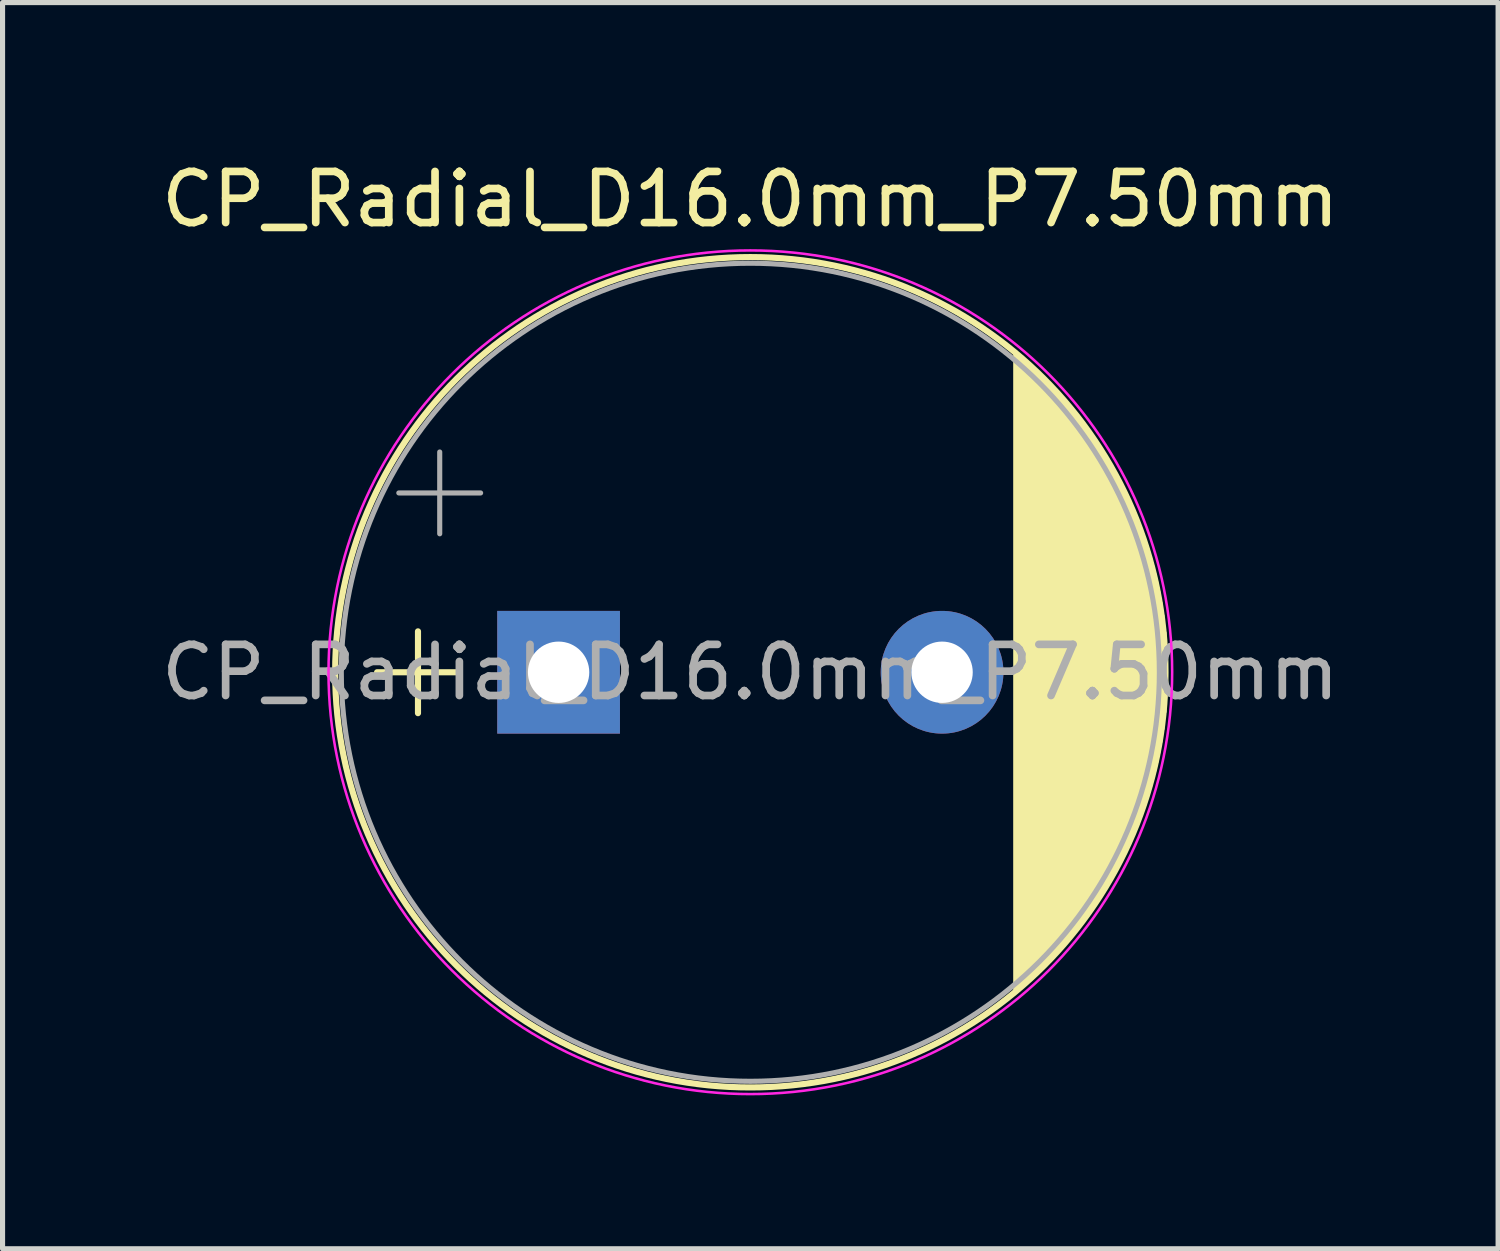
<source format=kicad_pcb>
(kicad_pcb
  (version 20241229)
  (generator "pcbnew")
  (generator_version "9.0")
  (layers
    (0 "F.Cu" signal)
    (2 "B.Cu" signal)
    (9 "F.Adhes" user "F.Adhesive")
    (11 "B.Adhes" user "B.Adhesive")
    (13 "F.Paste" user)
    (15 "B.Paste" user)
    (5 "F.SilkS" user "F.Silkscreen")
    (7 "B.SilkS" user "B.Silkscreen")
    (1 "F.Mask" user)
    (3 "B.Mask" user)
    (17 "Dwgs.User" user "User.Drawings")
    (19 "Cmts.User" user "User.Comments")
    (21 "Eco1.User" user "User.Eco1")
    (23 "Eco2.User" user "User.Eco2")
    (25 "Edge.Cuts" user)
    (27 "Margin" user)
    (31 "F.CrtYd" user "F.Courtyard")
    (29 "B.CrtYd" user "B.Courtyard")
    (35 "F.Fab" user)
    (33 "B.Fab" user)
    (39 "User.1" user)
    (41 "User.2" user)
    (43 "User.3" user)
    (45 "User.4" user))
  (footprint "CP_Radial_D16.0mm_P7.50mm"
    (layer "F.Cu")
    (at 7.875 10.098)
    (property "Reference" "CP_Radial_D16.0mm_P7.50mm" (at 3.75 -9.25 0) (layer "F.SilkS") (effects (font (size 1 1) (thickness 0.15))))
    (attr through_hole)
    (fp_line (start -3.55 0) (end -1.95 0) (stroke (width 0.12) (type solid)) (layer "F.SilkS"))
    (fp_line (start -2.75 -0.8) (end -2.75 0.8) (stroke (width 0.12) (type solid)) (layer "F.SilkS"))
    (fp_line (start 8.951 -6.197) (end 8.951 6.197) (stroke (width 0.12) (type solid)) (layer "F.SilkS"))
    (fp_line (start 8.991 -6.163) (end 8.991 6.163) (stroke (width 0.12) (type solid)) (layer "F.SilkS"))
    (fp_line (start 9.031 -6.129) (end 9.031 6.129) (stroke (width 0.12) (type solid)) (layer "F.SilkS"))
    (fp_line (start 9.071 -6.095) (end 9.071 6.095) (stroke (width 0.12) (type solid)) (layer "F.SilkS"))
    (fp_line (start 9.111 -6.06) (end 9.111 6.06) (stroke (width 0.12) (type solid)) (layer "F.SilkS"))
    (fp_line (start 9.151 -6.025) (end 9.151 6.025) (stroke (width 0.12) (type solid)) (layer "F.SilkS"))
    (fp_line (start 9.191 -5.989) (end 9.191 5.989) (stroke (width 0.12) (type solid)) (layer "F.SilkS"))
    (fp_line (start 9.231 -5.952) (end 9.231 5.952) (stroke (width 0.12) (type solid)) (layer "F.SilkS"))
    (fp_line (start 9.271 -5.916) (end 9.271 5.916) (stroke (width 0.12) (type solid)) (layer "F.SilkS"))
    (fp_line (start 9.311 -5.878) (end 9.311 5.878) (stroke (width 0.12) (type solid)) (layer "F.SilkS"))
    (fp_line (start 9.351 -5.84) (end 9.351 5.84) (stroke (width 0.12) (type solid)) (layer "F.SilkS"))
    (fp_line (start 9.391 -5.802) (end 9.391 5.802) (stroke (width 0.12) (type solid)) (layer "F.SilkS"))
    (fp_line (start 9.431 -5.763) (end 9.431 5.763) (stroke (width 0.12) (type solid)) (layer "F.SilkS"))
    (fp_line (start 9.471 -5.724) (end 9.471 5.724) (stroke (width 0.12) (type solid)) (layer "F.SilkS"))
    (fp_line (start 9.511 -5.684) (end 9.511 5.684) (stroke (width 0.12) (type solid)) (layer "F.SilkS"))
    (fp_line (start 9.551 -5.643) (end 9.551 5.643) (stroke (width 0.12) (type solid)) (layer "F.SilkS"))
    (fp_line (start 9.591 -5.602) (end 9.591 5.602) (stroke (width 0.12) (type solid)) (layer "F.SilkS"))
    (fp_line (start 9.631 -5.56) (end 9.631 5.56) (stroke (width 0.12) (type solid)) (layer "F.SilkS"))
    (fp_line (start 9.671 -5.518) (end 9.671 5.518) (stroke (width 0.12) (type solid)) (layer "F.SilkS"))
    (fp_line (start 9.711 -5.475) (end 9.711 5.475) (stroke (width 0.12) (type solid)) (layer "F.SilkS"))
    (fp_line (start 9.751 -5.432) (end 9.751 5.432) (stroke (width 0.12) (type solid)) (layer "F.SilkS"))
    (fp_line (start 9.791 -5.388) (end 9.791 5.388) (stroke (width 0.12) (type solid)) (layer "F.SilkS"))
    (fp_line (start 9.831 -5.343) (end 9.831 5.343) (stroke (width 0.12) (type solid)) (layer "F.SilkS"))
    (fp_line (start 9.871 -5.297) (end 9.871 5.297) (stroke (width 0.12) (type solid)) (layer "F.SilkS"))
    (fp_line (start 9.911 -5.251) (end 9.911 5.251) (stroke (width 0.12) (type solid)) (layer "F.SilkS"))
    (fp_line (start 9.951 -5.204) (end 9.951 5.204) (stroke (width 0.12) (type solid)) (layer "F.SilkS"))
    (fp_line (start 9.991 -5.156) (end 9.991 5.156) (stroke (width 0.12) (type solid)) (layer "F.SilkS"))
    (fp_line (start 10.031 -5.108) (end 10.031 5.108) (stroke (width 0.12) (type solid)) (layer "F.SilkS"))
    (fp_line (start 10.071 -5.059) (end 10.071 5.059) (stroke (width 0.12) (type solid)) (layer "F.SilkS"))
    (fp_line (start 10.111 -5.009) (end 10.111 5.009) (stroke (width 0.12) (type solid)) (layer "F.SilkS"))
    (fp_line (start 10.151 -4.958) (end 10.151 4.958) (stroke (width 0.12) (type solid)) (layer "F.SilkS"))
    (fp_line (start 10.191 -4.906) (end 10.191 4.906) (stroke (width 0.12) (type solid)) (layer "F.SilkS"))
    (fp_line (start 10.231 -4.854) (end 10.231 4.854) (stroke (width 0.12) (type solid)) (layer "F.SilkS"))
    (fp_line (start 10.271 -4.8) (end 10.271 4.8) (stroke (width 0.12) (type solid)) (layer "F.SilkS"))
    (fp_line (start 10.311 -4.746) (end 10.311 4.746) (stroke (width 0.12) (type solid)) (layer "F.SilkS"))
    (fp_line (start 10.351 -4.691) (end 10.351 4.691) (stroke (width 0.12) (type solid)) (layer "F.SilkS"))
    (fp_line (start 10.391 -4.634) (end 10.391 4.634) (stroke (width 0.12) (type solid)) (layer "F.SilkS"))
    (fp_line (start 10.431 -4.577) (end 10.431 4.577) (stroke (width 0.12) (type solid)) (layer "F.SilkS"))
    (fp_line (start 10.471 -4.519) (end 10.471 4.519) (stroke (width 0.12) (type solid)) (layer "F.SilkS"))
    (fp_line (start 10.511 -4.459) (end 10.511 4.459) (stroke (width 0.12) (type solid)) (layer "F.SilkS"))
    (fp_line (start 10.551 -4.398) (end 10.551 4.398) (stroke (width 0.12) (type solid)) (layer "F.SilkS"))
    (fp_line (start 10.591 -4.336) (end 10.591 4.336) (stroke (width 0.12) (type solid)) (layer "F.SilkS"))
    (fp_line (start 10.631 -4.273) (end 10.631 4.273) (stroke (width 0.12) (type solid)) (layer "F.SilkS"))
    (fp_line (start 10.671 -4.209) (end 10.671 4.209) (stroke (width 0.12) (type solid)) (layer "F.SilkS"))
    (fp_line (start 10.711 -4.143) (end 10.711 4.143) (stroke (width 0.12) (type solid)) (layer "F.SilkS"))
    (fp_line (start 10.751 -4.076) (end 10.751 4.076) (stroke (width 0.12) (type solid)) (layer "F.SilkS"))
    (fp_line (start 10.791 -4.007) (end 10.791 4.007) (stroke (width 0.12) (type solid)) (layer "F.SilkS"))
    (fp_line (start 10.831 -3.936) (end 10.831 3.936) (stroke (width 0.12) (type solid)) (layer "F.SilkS"))
    (fp_line (start 10.871 -3.864) (end 10.871 3.864) (stroke (width 0.12) (type solid)) (layer "F.SilkS"))
    (fp_line (start 10.911 -3.79) (end 10.911 3.79) (stroke (width 0.12) (type solid)) (layer "F.SilkS"))
    (fp_line (start 10.951 -3.715) (end 10.951 3.715) (stroke (width 0.12) (type solid)) (layer "F.SilkS"))
    (fp_line (start 10.991 -3.637) (end 10.991 3.637) (stroke (width 0.12) (type solid)) (layer "F.SilkS"))
    (fp_line (start 11.031 -3.557) (end 11.031 3.557) (stroke (width 0.12) (type solid)) (layer "F.SilkS"))
    (fp_line (start 11.071 -3.475) (end 11.071 3.475) (stroke (width 0.12) (type solid)) (layer "F.SilkS"))
    (fp_line (start 11.111 -3.39) (end 11.111 3.39) (stroke (width 0.12) (type solid)) (layer "F.SilkS"))
    (fp_line (start 11.151 -3.303) (end 11.151 3.303) (stroke (width 0.12) (type solid)) (layer "F.SilkS"))
    (fp_line (start 11.191 -3.213) (end 11.191 3.213) (stroke (width 0.12) (type solid)) (layer "F.SilkS"))
    (fp_line (start 11.231 -3.12) (end 11.231 3.12) (stroke (width 0.12) (type solid)) (layer "F.SilkS"))
    (fp_line (start 11.271 -3.024) (end 11.271 3.024) (stroke (width 0.12) (type solid)) (layer "F.SilkS"))
    (fp_line (start 11.311 -2.924) (end 11.311 2.924) (stroke (width 0.12) (type solid)) (layer "F.SilkS"))
    (fp_line (start 11.351 -2.82) (end 11.351 2.82) (stroke (width 0.12) (type solid)) (layer "F.SilkS"))
    (fp_line (start 11.391 -2.711) (end 11.391 2.711) (stroke (width 0.12) (type solid)) (layer "F.SilkS"))
    (fp_line (start 11.431 -2.597) (end 11.431 2.597) (stroke (width 0.12) (type solid)) (layer "F.SilkS"))
    (fp_line (start 11.471 -2.478) (end 11.471 2.478) (stroke (width 0.12) (type solid)) (layer "F.SilkS"))
    (fp_line (start 11.511 -2.351) (end 11.511 2.351) (stroke (width 0.12) (type solid)) (layer "F.SilkS"))
    (fp_line (start 11.551 -2.218) (end 11.551 2.218) (stroke (width 0.12) (type solid)) (layer "F.SilkS"))
    (fp_line (start 11.591 -2.074) (end 11.591 2.074) (stroke (width 0.12) (type solid)) (layer "F.SilkS"))
    (fp_line (start 11.631 -1.92) (end 11.631 1.92) (stroke (width 0.12) (type solid)) (layer "F.SilkS"))
    (fp_line (start 11.671 -1.752) (end 11.671 1.752) (stroke (width 0.12) (type solid)) (layer "F.SilkS"))
    (fp_line (start 11.711 -1.564) (end 11.711 1.564) (stroke (width 0.12) (type solid)) (layer "F.SilkS"))
    (fp_line (start 11.751 -1.351) (end 11.751 1.351) (stroke (width 0.12) (type solid)) (layer "F.SilkS"))
    (fp_line (start 11.791 -1.098) (end 11.791 1.098) (stroke (width 0.12) (type solid)) (layer "F.SilkS"))
    (fp_line (start 11.831 -0.765) (end 11.831 0.765) (stroke (width 0.12) (type solid)) (layer "F.SilkS"))
    (fp_circle (center 3.75 0) (end 11.87 0) (stroke (width 0.12) (type solid)) (fill no) (layer "F.SilkS"))
    (fp_circle (center 3.75 0) (end 12 0) (stroke (width 0.05) (type solid)) (fill no) (layer "F.CrtYd"))
    (fp_line (start -3.125 -3.507) (end -1.525 -3.507) (stroke (width 0.1) (type solid)) (layer "F.Fab"))
    (fp_line (start -2.325 -4.308) (end -2.325 -2.708) (stroke (width 0.1) (type solid)) (layer "F.Fab"))
    (fp_circle (center 3.75 0) (end 11.75 0) (stroke (width 0.1) (type solid)) (fill no) (layer "F.Fab"))
    (fp_text user "${REFERENCE}" (at 3.75 0 0) (layer "F.Fab") (effects (font (size 1 1) (thickness 0.15))))
    (pad "1" thru_hole rect (at 0 0) (size 2.4 2.4) (drill 1.2) (layers "*.Cu" "*.Mask"))
    (pad "2" thru_hole circle (at 7.5 0) (size 2.4 2.4) (drill 1.2) (layers "*.Cu" "*.Mask")))
  (gr_rect
    (start -3 -3)
    (end 26.25 21.373)
    (stroke (width 0.1) (type default))
    (fill no)
    (layer "Edge.Cuts")))
</source>
